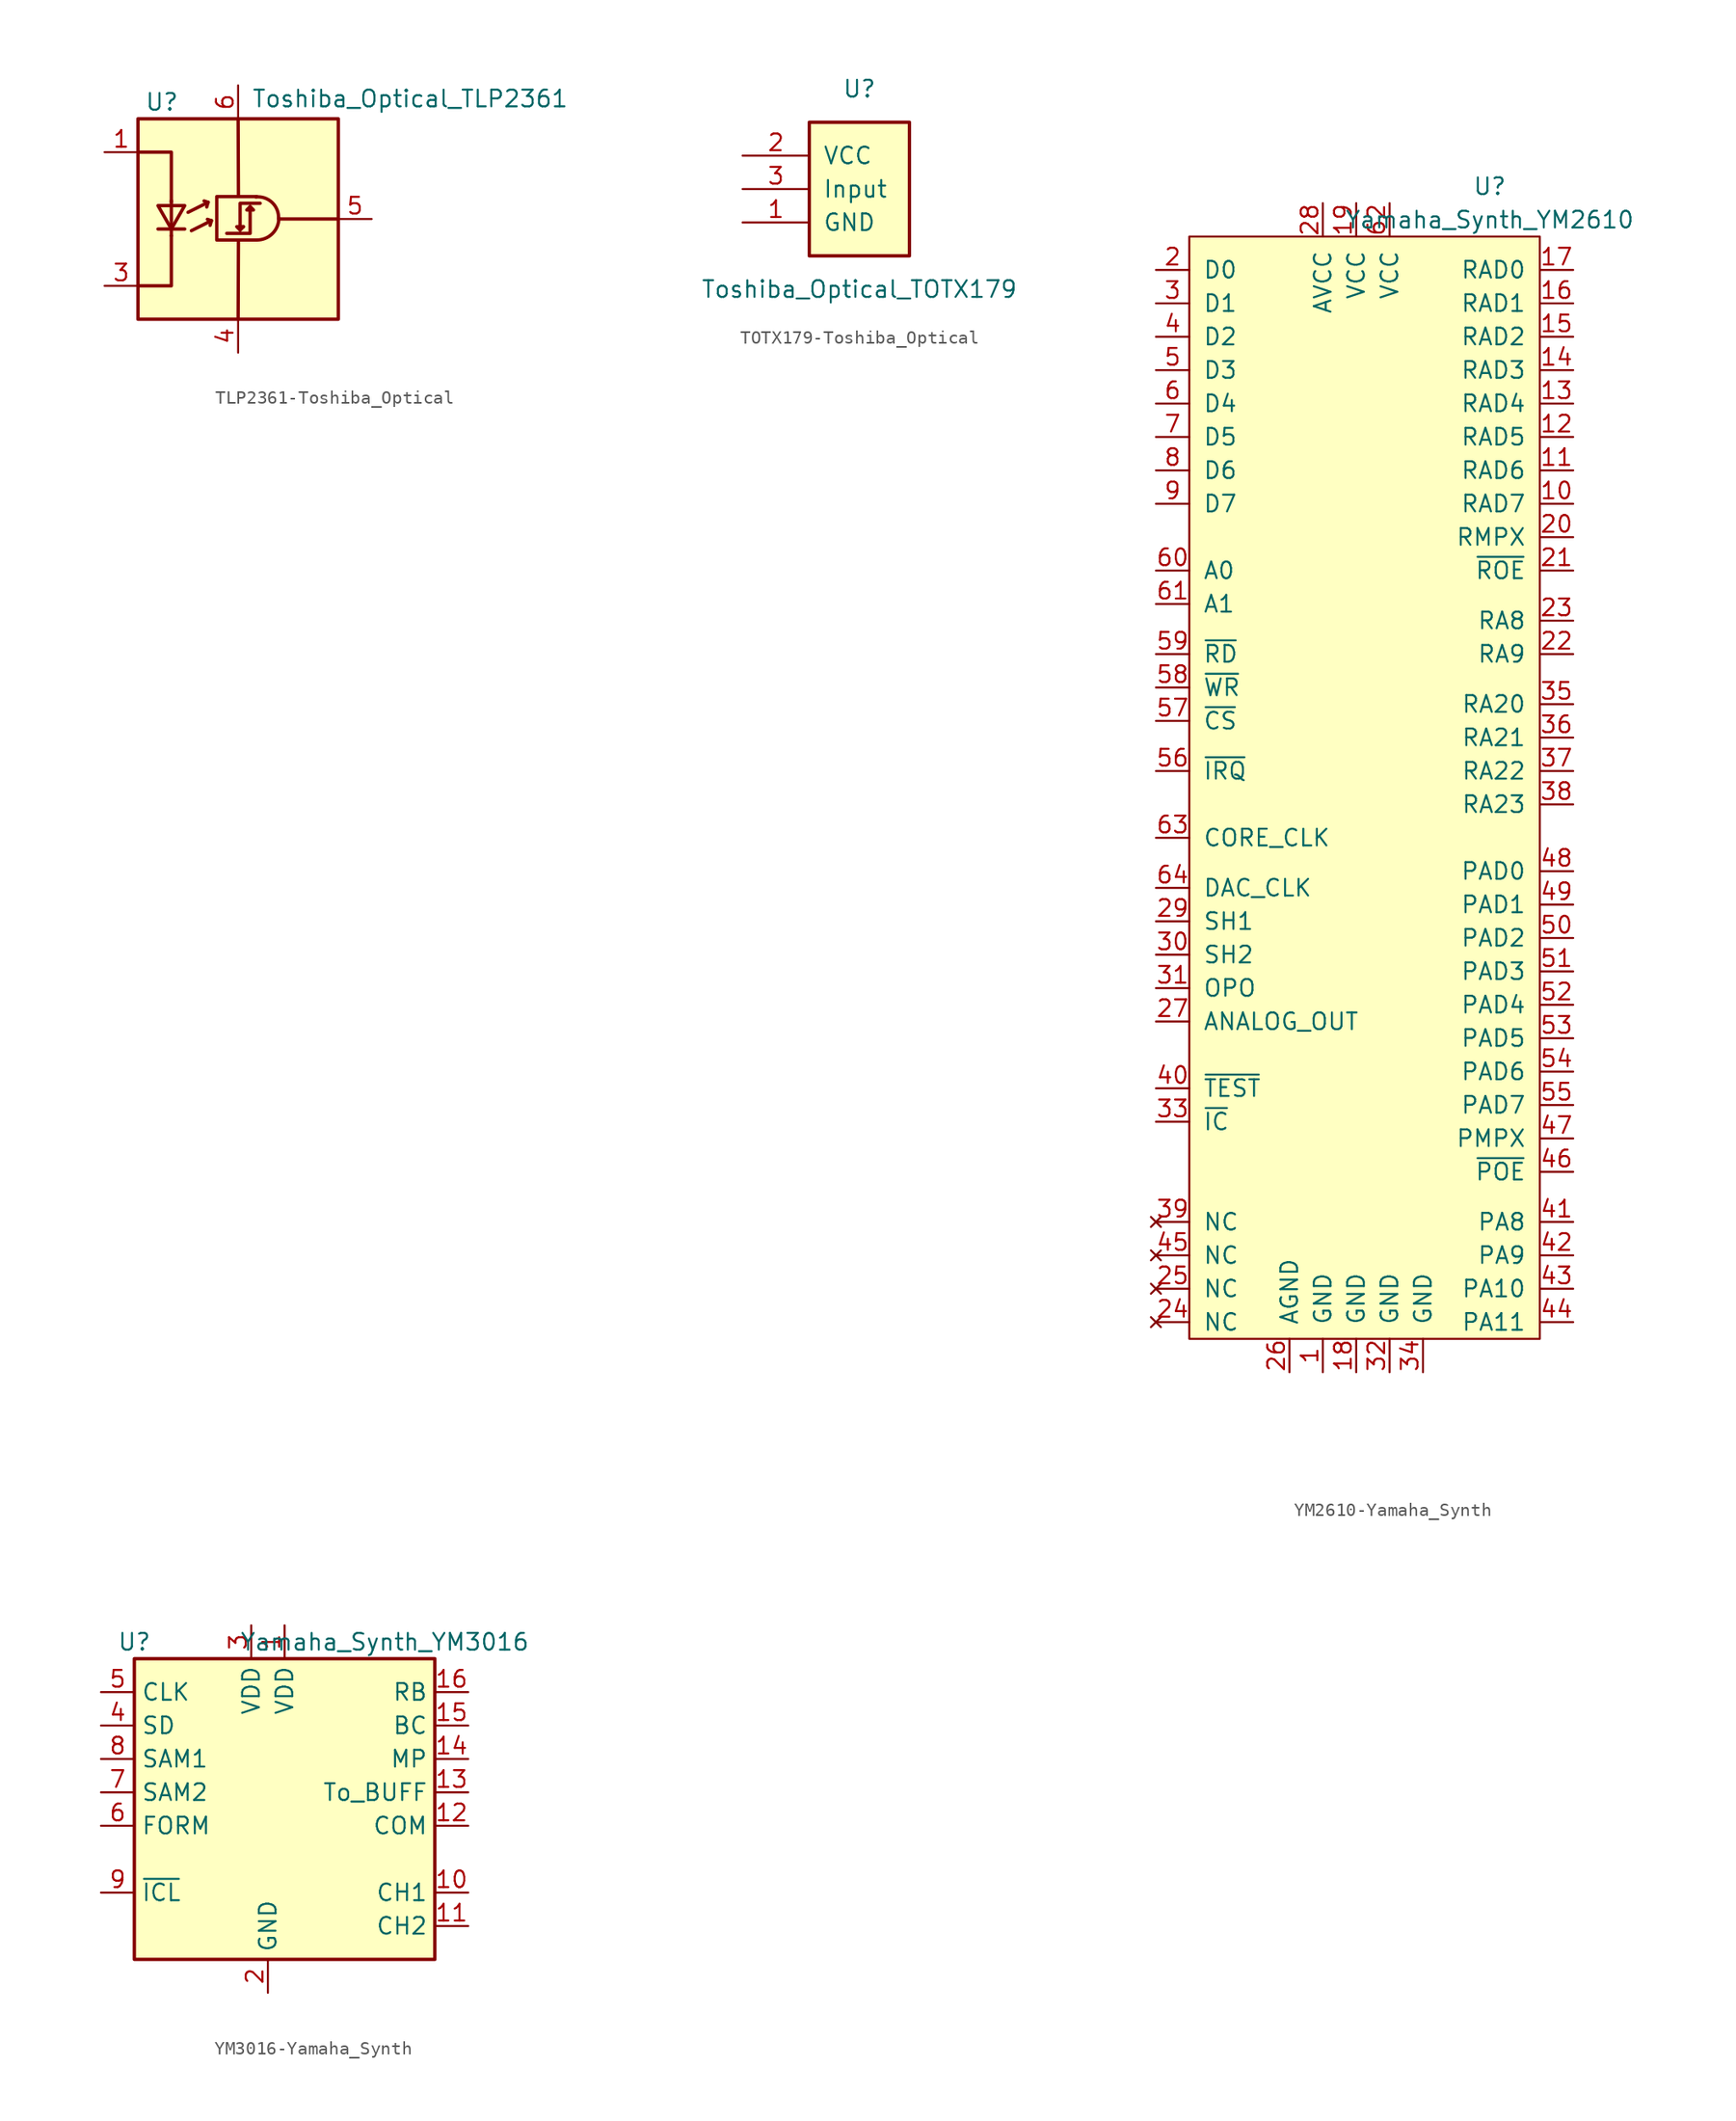
<source format=kicad_sym>
(kicad_symbol_lib
  (version 20220914)
  (generator kicad_symbol_editor)
  (symbol "TLP2361-Toshiba_Optical"
    (pin_names
      (offset 1.016) hide)
    (property "Reference" "U"
      (at -7.112 8.89 0)
      (effects (font (size 1.27 1.27)) (justify left)))
    (property "Value" "Toshiba_Optical_TLP2361"
      (at 1.016 9.144 0)
      (effects (font (size 1.27 1.27)) (justify left)))
    (symbol "TLP2361-Toshiba_Optical_0_1"
      (rectangle (start -7.62 7.62) (end 7.62 -7.62) (stroke (width 0.254) (type solid)) (fill (type background)))
      (polyline (pts (xy -6.096 -0.762) (xy -4.064 -0.762)) (stroke (width 0.254) (type solid)) (fill (type none)))
      (polyline (pts (xy -5.08 -0.762) (xy -5.08 -1.27)) (stroke (width 0.254) (type solid)) (fill (type none)))
      (polyline (pts (xy -5.08 1.016) (xy -5.08 -0.762)) (stroke (width 0.254) (type solid)) (fill (type none)))
      (polyline (pts (xy -5.08 1.016) (xy -5.08 1.397)) (stroke (width 0.254) (type solid)) (fill (type none)))
      (polyline (pts (xy -3.81 0.508) (xy -2.286 1.27)) (stroke (width 0.254) (type solid)) (fill (type none)))
      (polyline (pts (xy -3.556 -0.889) (xy -2.032 -0.127)) (stroke (width 0.254) (type solid)) (fill (type none)))
      (polyline (pts (xy -2.286 1.27) (xy -2.591 1.372)) (stroke (width 0.254) (type solid)) (fill (type none)))
      (polyline (pts (xy -2.286 1.27) (xy -2.388 0.914)) (stroke (width 0.254) (type solid)) (fill (type none)))
      (polyline (pts (xy -2.032 -0.127) (xy -2.337 -0.025)) (stroke (width 0.254) (type solid)) (fill (type none)))
      (polyline (pts (xy -2.032 -0.127) (xy -2.134 -0.483)) (stroke (width 0.254) (type solid)) (fill (type none)))
      (polyline (pts (xy 0 -7.62) (xy 0.025 -1.651)) (stroke (width 0.254) (type solid)) (fill (type none)))
      (polyline (pts (xy 0 7.595) (xy 0.025 1.778)) (stroke (width 0.254) (type solid)) (fill (type none)))
      (polyline (pts (xy 7.595 0) (xy 3.15 0)) (stroke (width 0.254) (type solid)) (fill (type none)))
      (polyline (pts (xy -7.62 -5.08) (xy -5.08 -5.08) (xy -5.08 -1.27)) (stroke (width 0.254) (type solid)) (fill (type none)))
      (polyline (pts (xy -5.08 1.27) (xy -5.08 5.08) (xy -7.62 5.08)) (stroke (width 0.254) (type solid)) (fill (type none)))
      (polyline (pts (xy 0.152 -0.838) (xy -0.102 -0.584) (xy 0.406 -0.584)) (stroke (width 0.254) (type solid)) (fill (type none)))
      (polyline (pts (xy 0.914 0.94) (xy 0.914 -1.092) (xy -0.864 -1.092)) (stroke (width 0.254) (type solid)) (fill (type none)))
      (polyline (pts (xy -6.096 1.016) (xy -4.064 1.016) (xy -5.08 -0.762) (xy -6.096 1.016)) (stroke (width 0.254) (type solid)) (fill (type none)))
      (polyline (pts (xy 0.914 0.94) (xy 0.66 0.686) (xy 1.168 0.686) (xy 0.914 0.94)) (stroke (width 0.254) (type solid)) (fill (type none)))
      (polyline (pts (xy 1.422 1.702) (xy -1.626 1.702) (xy -1.626 -1.6) (xy 1.422 -1.6)) (stroke (width 0.254) (type solid)) (fill (type none)))
      (polyline (pts (xy 1.676 1.194) (xy 0.152 1.194) (xy 0.152 -0.838) (xy 0.406 -0.584)) (stroke (width 0.254) (type solid)) (fill (type none)))
      (arc (start 1.4224 -1.6002) (mid 2.6061 -1.1155) (end 3.0988 0.0762) (stroke (width 0.254) (type solid)) (fill (type none)))
      (arc (start 3.0734 0) (mid 2.5973 1.245) (end 1.3462 1.6764) (stroke (width 0.254) (type solid)) (fill (type none))))
    (symbol "TLP2361-Toshiba_Optical_1_1"
      (pin passive line (at -10.16 5.08 0) (length 2.54) (name "A" (effects (font (size 1.27 1.27)))) (number "1" (effects (font (size 1.27 1.27)))))
      (pin passive line (at -10.16 -5.08 0) (length 2.54) (name "K" (effects (font (size 1.27 1.27)))) (number "3" (effects (font (size 1.27 1.27)))))
      (pin power_in line (at 0 -10.16 90) (length 2.54) (name "GND" (effects (font (size 1.27 1.27)))) (number "4" (effects (font (size 1.27 1.27)))))
      (pin output line (at 10.16 0 180) (length 2.54) (name "VO" (effects (font (size 1.27 1.27)))) (number "5" (effects (font (size 1.27 1.27)))))
      (pin power_in line (at 0 10.16 270) (length 2.54) (name "VDD" (effects (font (size 1.27 1.27)))) (number "6" (effects (font (size 1.27 1.27)))))))
  (symbol "TOTX179-Toshiba_Optical"
    (pin_names
      (offset 1.016))
    (property "Reference" "U"
      (at 0 7.62 0)
      (effects (font (size 1.27 1.27))))
    (property "Value" "Toshiba_Optical_TOTX179"
      (at 0 -7.62 0)
      (effects (font (size 1.27 1.27))))
    (symbol "TOTX179-Toshiba_Optical_1_0"
      (pin power_in line (at -8.89 -2.54 0) (length 5.08) (name "GND" (effects (font (size 1.27 1.27)))) (number "1" (effects (font (size 1.27 1.27)))))
      (pin power_in line (at -8.89 2.54 0) (length 5.08) (name "VCC" (effects (font (size 1.27 1.27)))) (number "2" (effects (font (size 1.27 1.27)))))
      (pin input line (at -8.89 0 0) (length 5.08) (name "Input" (effects (font (size 1.27 1.27)))) (number "3" (effects (font (size 1.27 1.27))))))
    (symbol "TOTX179-Toshiba_Optical_1_1"
      (rectangle (start -3.81 5.08) (end 3.81 -5.08) (stroke (width 0.254) (type solid)) (fill (type background)))))
  (symbol "YM2610-Yamaha_Synth"
    (pin_names
      (offset 1.016))
    (property "Reference" "U"
      (at 17.78 73.66 0)
      (effects (font (size 1.27 1.27))))
    (property "Value" "Yamaha_Synth_YM2610"
      (at 17.78 71.12 0)
      (effects (font (size 1.27 1.27))))
    (symbol "YM2610-Yamaha_Synth_0_1"
      (rectangle (start -5.08 -13.97) (end 21.59 69.85) (stroke (width 0) (type solid)) (fill (type background))))
    (symbol "YM2610-Yamaha_Synth_1_1"
      (pin power_in line (at 5.08 -16.51 90) (length 2.54) (name "GND" (effects (font (size 1.27 1.27)))) (number "1" (effects (font (size 1.27 1.27)))))
      (pin bidirectional line (at 24.13 49.53 180) (length 2.54) (name "RAD7" (effects (font (size 1.27 1.27)))) (number "10" (effects (font (size 1.27 1.27)))))
      (pin bidirectional line (at 24.13 52.07 180) (length 2.54) (name "RAD6" (effects (font (size 1.27 1.27)))) (number "11" (effects (font (size 1.27 1.27)))))
      (pin bidirectional line (at 24.13 54.61 180) (length 2.54) (name "RAD5" (effects (font (size 1.27 1.27)))) (number "12" (effects (font (size 1.27 1.27)))))
      (pin bidirectional line (at 24.13 57.15 180) (length 2.54) (name "RAD4" (effects (font (size 1.27 1.27)))) (number "13" (effects (font (size 1.27 1.27)))))
      (pin bidirectional line (at 24.13 59.69 180) (length 2.54) (name "RAD3" (effects (font (size 1.27 1.27)))) (number "14" (effects (font (size 1.27 1.27)))))
      (pin bidirectional line (at 24.13 62.23 180) (length 2.54) (name "RAD2" (effects (font (size 1.27 1.27)))) (number "15" (effects (font (size 1.27 1.27)))))
      (pin bidirectional line (at 24.13 64.77 180) (length 2.54) (name "RAD1" (effects (font (size 1.27 1.27)))) (number "16" (effects (font (size 1.27 1.27)))))
      (pin bidirectional line (at 24.13 67.31 180) (length 2.54) (name "RAD0" (effects (font (size 1.27 1.27)))) (number "17" (effects (font (size 1.27 1.27)))))
      (pin power_in line (at 7.62 -16.51 90) (length 2.54) (name "GND" (effects (font (size 1.27 1.27)))) (number "18" (effects (font (size 1.27 1.27)))))
      (pin power_in line (at 7.62 72.39 270) (length 2.54) (name "VCC" (effects (font (size 1.27 1.27)))) (number "19" (effects (font (size 1.27 1.27)))))
      (pin bidirectional line (at -7.62 67.31 0) (length 2.54) (name "D0" (effects (font (size 1.27 1.27)))) (number "2" (effects (font (size 1.27 1.27)))))
      (pin output line (at 24.13 46.99 180) (length 2.54) (name "RMPX" (effects (font (size 1.27 1.27)))) (number "20" (effects (font (size 1.27 1.27)))))
      (pin output line (at 24.13 44.45 180) (length 2.54) (name "~{ROE}" (effects (font (size 1.27 1.27)))) (number "21" (effects (font (size 1.27 1.27)))))
      (pin output line (at 24.13 38.1 180) (length 2.54) (name "RA9" (effects (font (size 1.27 1.27)))) (number "22" (effects (font (size 1.27 1.27)))))
      (pin output line (at 24.13 40.64 180) (length 2.54) (name "RA8" (effects (font (size 1.27 1.27)))) (number "23" (effects (font (size 1.27 1.27)))))
      (pin no_connect line (at -7.62 -12.7 0) (length 2.54) (name "NC" (effects (font (size 1.27 1.27)))) (number "24" (effects (font (size 1.27 1.27)))))
      (pin no_connect line (at -7.62 -10.16 0) (length 2.54) (name "NC" (effects (font (size 1.27 1.27)))) (number "25" (effects (font (size 1.27 1.27)))))
      (pin power_in line (at 2.54 -16.51 90) (length 2.54) (name "AGND" (effects (font (size 1.27 1.27)))) (number "26" (effects (font (size 1.27 1.27)))))
      (pin output line (at -7.62 10.16 0) (length 2.54) (name "ANALOG_OUT" (effects (font (size 1.27 1.27)))) (number "27" (effects (font (size 1.27 1.27)))))
      (pin power_in line (at 5.08 72.39 270) (length 2.54) (name "AVCC" (effects (font (size 1.27 1.27)))) (number "28" (effects (font (size 1.27 1.27)))))
      (pin output line (at -7.62 17.78 0) (length 2.54) (name "SH1" (effects (font (size 1.27 1.27)))) (number "29" (effects (font (size 1.27 1.27)))))
      (pin bidirectional line (at -7.62 64.77 0) (length 2.54) (name "D1" (effects (font (size 1.27 1.27)))) (number "3" (effects (font (size 1.27 1.27)))))
      (pin output line (at -7.62 15.24 0) (length 2.54) (name "SH2" (effects (font (size 1.27 1.27)))) (number "30" (effects (font (size 1.27 1.27)))))
      (pin output line (at -7.62 12.7 0) (length 2.54) (name "OPO" (effects (font (size 1.27 1.27)))) (number "31" (effects (font (size 1.27 1.27)))))
      (pin power_in line (at 10.16 -16.51 90) (length 2.54) (name "GND" (effects (font (size 1.27 1.27)))) (number "32" (effects (font (size 1.27 1.27)))))
      (pin input line (at -7.62 2.54 0) (length 2.54) (name "~{IC}" (effects (font (size 1.27 1.27)))) (number "33" (effects (font (size 1.27 1.27)))))
      (pin power_in line (at 12.7 -16.51 90) (length 2.54) (name "GND" (effects (font (size 1.27 1.27)))) (number "34" (effects (font (size 1.27 1.27)))))
      (pin output line (at 24.13 34.29 180) (length 2.54) (name "RA20" (effects (font (size 1.27 1.27)))) (number "35" (effects (font (size 1.27 1.27)))))
      (pin output line (at 24.13 31.75 180) (length 2.54) (name "RA21" (effects (font (size 1.27 1.27)))) (number "36" (effects (font (size 1.27 1.27)))))
      (pin output line (at 24.13 29.21 180) (length 2.54) (name "RA22" (effects (font (size 1.27 1.27)))) (number "37" (effects (font (size 1.27 1.27)))))
      (pin output line (at 24.13 26.67 180) (length 2.54) (name "RA23" (effects (font (size 1.27 1.27)))) (number "38" (effects (font (size 1.27 1.27)))))
      (pin no_connect line (at -7.62 -5.08 0) (length 2.54) (name "NC" (effects (font (size 1.27 1.27)))) (number "39" (effects (font (size 1.27 1.27)))))
      (pin bidirectional line (at -7.62 62.23 0) (length 2.54) (name "D2" (effects (font (size 1.27 1.27)))) (number "4" (effects (font (size 1.27 1.27)))))
      (pin input line (at -7.62 5.08 0) (length 2.54) (name "~{TEST}" (effects (font (size 1.27 1.27)))) (number "40" (effects (font (size 1.27 1.27)))))
      (pin output line (at 24.13 -5.08 180) (length 2.54) (name "PA8" (effects (font (size 1.27 1.27)))) (number "41" (effects (font (size 1.27 1.27)))))
      (pin output line (at 24.13 -7.62 180) (length 2.54) (name "PA9" (effects (font (size 1.27 1.27)))) (number "42" (effects (font (size 1.27 1.27)))))
      (pin output line (at 24.13 -10.16 180) (length 2.54) (name "PA10" (effects (font (size 1.27 1.27)))) (number "43" (effects (font (size 1.27 1.27)))))
      (pin output line (at 24.13 -12.7 180) (length 2.54) (name "PA11" (effects (font (size 1.27 1.27)))) (number "44" (effects (font (size 1.27 1.27)))))
      (pin no_connect line (at -7.62 -7.62 0) (length 2.54) (name "NC" (effects (font (size 1.27 1.27)))) (number "45" (effects (font (size 1.27 1.27)))))
      (pin output line (at 24.13 -1.27 180) (length 2.54) (name "~{POE}" (effects (font (size 1.27 1.27)))) (number "46" (effects (font (size 1.27 1.27)))))
      (pin output line (at 24.13 1.27 180) (length 2.54) (name "PMPX" (effects (font (size 1.27 1.27)))) (number "47" (effects (font (size 1.27 1.27)))))
      (pin bidirectional line (at 24.13 21.59 180) (length 2.54) (name "PAD0" (effects (font (size 1.27 1.27)))) (number "48" (effects (font (size 1.27 1.27)))))
      (pin bidirectional line (at 24.13 19.05 180) (length 2.54) (name "PAD1" (effects (font (size 1.27 1.27)))) (number "49" (effects (font (size 1.27 1.27)))))
      (pin bidirectional line (at -7.62 59.69 0) (length 2.54) (name "D3" (effects (font (size 1.27 1.27)))) (number "5" (effects (font (size 1.27 1.27)))))
      (pin bidirectional line (at 24.13 16.51 180) (length 2.54) (name "PAD2" (effects (font (size 1.27 1.27)))) (number "50" (effects (font (size 1.27 1.27)))))
      (pin bidirectional line (at 24.13 13.97 180) (length 2.54) (name "PAD3" (effects (font (size 1.27 1.27)))) (number "51" (effects (font (size 1.27 1.27)))))
      (pin bidirectional line (at 24.13 11.43 180) (length 2.54) (name "PAD4" (effects (font (size 1.27 1.27)))) (number "52" (effects (font (size 1.27 1.27)))))
      (pin bidirectional line (at 24.13 8.89 180) (length 2.54) (name "PAD5" (effects (font (size 1.27 1.27)))) (number "53" (effects (font (size 1.27 1.27)))))
      (pin bidirectional line (at 24.13 6.35 180) (length 2.54) (name "PAD6" (effects (font (size 1.27 1.27)))) (number "54" (effects (font (size 1.27 1.27)))))
      (pin bidirectional line (at 24.13 3.81 180) (length 2.54) (name "PAD7" (effects (font (size 1.27 1.27)))) (number "55" (effects (font (size 1.27 1.27)))))
      (pin output line (at -7.62 29.21 0) (length 2.54) (name "~{IRQ}" (effects (font (size 1.27 1.27)))) (number "56" (effects (font (size 1.27 1.27)))))
      (pin input line (at -7.62 33.02 0) (length 2.54) (name "~{CS}" (effects (font (size 1.27 1.27)))) (number "57" (effects (font (size 1.27 1.27)))))
      (pin input line (at -7.62 35.56 0) (length 2.54) (name "~{WR}" (effects (font (size 1.27 1.27)))) (number "58" (effects (font (size 1.27 1.27)))))
      (pin input line (at -7.62 38.1 0) (length 2.54) (name "~{RD}" (effects (font (size 1.27 1.27)))) (number "59" (effects (font (size 1.27 1.27)))))
      (pin bidirectional line (at -7.62 57.15 0) (length 2.54) (name "D4" (effects (font (size 1.27 1.27)))) (number "6" (effects (font (size 1.27 1.27)))))
      (pin input line (at -7.62 44.45 0) (length 2.54) (name "A0" (effects (font (size 1.27 1.27)))) (number "60" (effects (font (size 1.27 1.27)))))
      (pin input line (at -7.62 41.91 0) (length 2.54) (name "A1" (effects (font (size 1.27 1.27)))) (number "61" (effects (font (size 1.27 1.27)))))
      (pin power_in line (at 10.16 72.39 270) (length 2.54) (name "VCC" (effects (font (size 1.27 1.27)))) (number "62" (effects (font (size 1.27 1.27)))))
      (pin input line (at -7.62 24.13 0) (length 2.54) (name "CORE_CLK" (effects (font (size 1.27 1.27)))) (number "63" (effects (font (size 1.27 1.27)))))
      (pin output line (at -7.62 20.32 0) (length 2.54) (name "DAC_CLK" (effects (font (size 1.27 1.27)))) (number "64" (effects (font (size 1.27 1.27)))))
      (pin bidirectional line (at -7.62 54.61 0) (length 2.54) (name "D5" (effects (font (size 1.27 1.27)))) (number "7" (effects (font (size 1.27 1.27)))))
      (pin bidirectional line (at -7.62 52.07 0) (length 2.54) (name "D6" (effects (font (size 1.27 1.27)))) (number "8" (effects (font (size 1.27 1.27)))))
      (pin bidirectional line (at -7.62 49.53 0) (length 2.54) (name "D7" (effects (font (size 1.27 1.27)))) (number "9" (effects (font (size 1.27 1.27)))))))
  (symbol "YM3016-Yamaha_Synth"
    (property "Reference" "U"
      (at -10.16 29.21 0)
      (effects (font (size 1.27 1.27))))
    (property "Value" "Yamaha_Synth_YM3016"
      (at 8.89 29.21 0)
      (effects (font (size 1.27 1.27))))
    (symbol "YM3016-Yamaha_Synth_0_1"
      (rectangle (start -10.16 27.94) (end 12.7 5.08) (stroke (width 0.254) (type solid)) (fill (type background))))
    (symbol "YM3016-Yamaha_Synth_1_1"
      (pin power_in line (at 1.27 30.48 270) (length 2.54) (name "VDD" (effects (font (size 1.27 1.27)))) (number "1" (effects (font (size 1.27 1.27)))))
      (pin output line (at 15.24 10.16 180) (length 2.54) (name "CH1" (effects (font (size 1.27 1.27)))) (number "10" (effects (font (size 1.27 1.27)))))
      (pin output line (at 15.24 7.62 180) (length 2.54) (name "CH2" (effects (font (size 1.27 1.27)))) (number "11" (effects (font (size 1.27 1.27)))))
      (pin input line (at 15.24 15.24 180) (length 2.54) (name "COM" (effects (font (size 1.27 1.27)))) (number "12" (effects (font (size 1.27 1.27)))))
      (pin output line (at 15.24 17.78 180) (length 2.54) (name "To_BUFF" (effects (font (size 1.27 1.27)))) (number "13" (effects (font (size 1.27 1.27)))))
      (pin input line (at 15.24 20.32 180) (length 2.54) (name "MP" (effects (font (size 1.27 1.27)))) (number "14" (effects (font (size 1.27 1.27)))))
      (pin input line (at 15.24 22.86 180) (length 2.54) (name "BC" (effects (font (size 1.27 1.27)))) (number "15" (effects (font (size 1.27 1.27)))))
      (pin output line (at 15.24 25.4 180) (length 2.54) (name "RB" (effects (font (size 1.27 1.27)))) (number "16" (effects (font (size 1.27 1.27)))))
      (pin power_in line (at 0 2.54 90) (length 2.54) (name "GND" (effects (font (size 1.27 1.27)))) (number "2" (effects (font (size 1.27 1.27)))))
      (pin power_in line (at -1.27 30.48 270) (length 2.54) (name "VDD" (effects (font (size 1.27 1.27)))) (number "3" (effects (font (size 1.27 1.27)))))
      (pin input line (at -12.7 22.86 0) (length 2.54) (name "SD" (effects (font (size 1.27 1.27)))) (number "4" (effects (font (size 1.27 1.27)))))
      (pin input line (at -12.7 25.4 0) (length 2.54) (name "CLK" (effects (font (size 1.27 1.27)))) (number "5" (effects (font (size 1.27 1.27)))))
      (pin input line (at -12.7 15.24 0) (length 2.54) (name "FORM" (effects (font (size 1.27 1.27)))) (number "6" (effects (font (size 1.27 1.27)))))
      (pin input line (at -12.7 17.78 0) (length 2.54) (name "SAM2" (effects (font (size 1.27 1.27)))) (number "7" (effects (font (size 1.27 1.27)))))
      (pin input line (at -12.7 20.32 0) (length 2.54) (name "SAM1" (effects (font (size 1.27 1.27)))) (number "8" (effects (font (size 1.27 1.27)))))
      (pin input line (at -12.7 10.16 0) (length 2.54) (name "~{ICL}" (effects (font (size 1.27 1.27)))) (number "9" (effects (font (size 1.27 1.27))))))))
</source>
